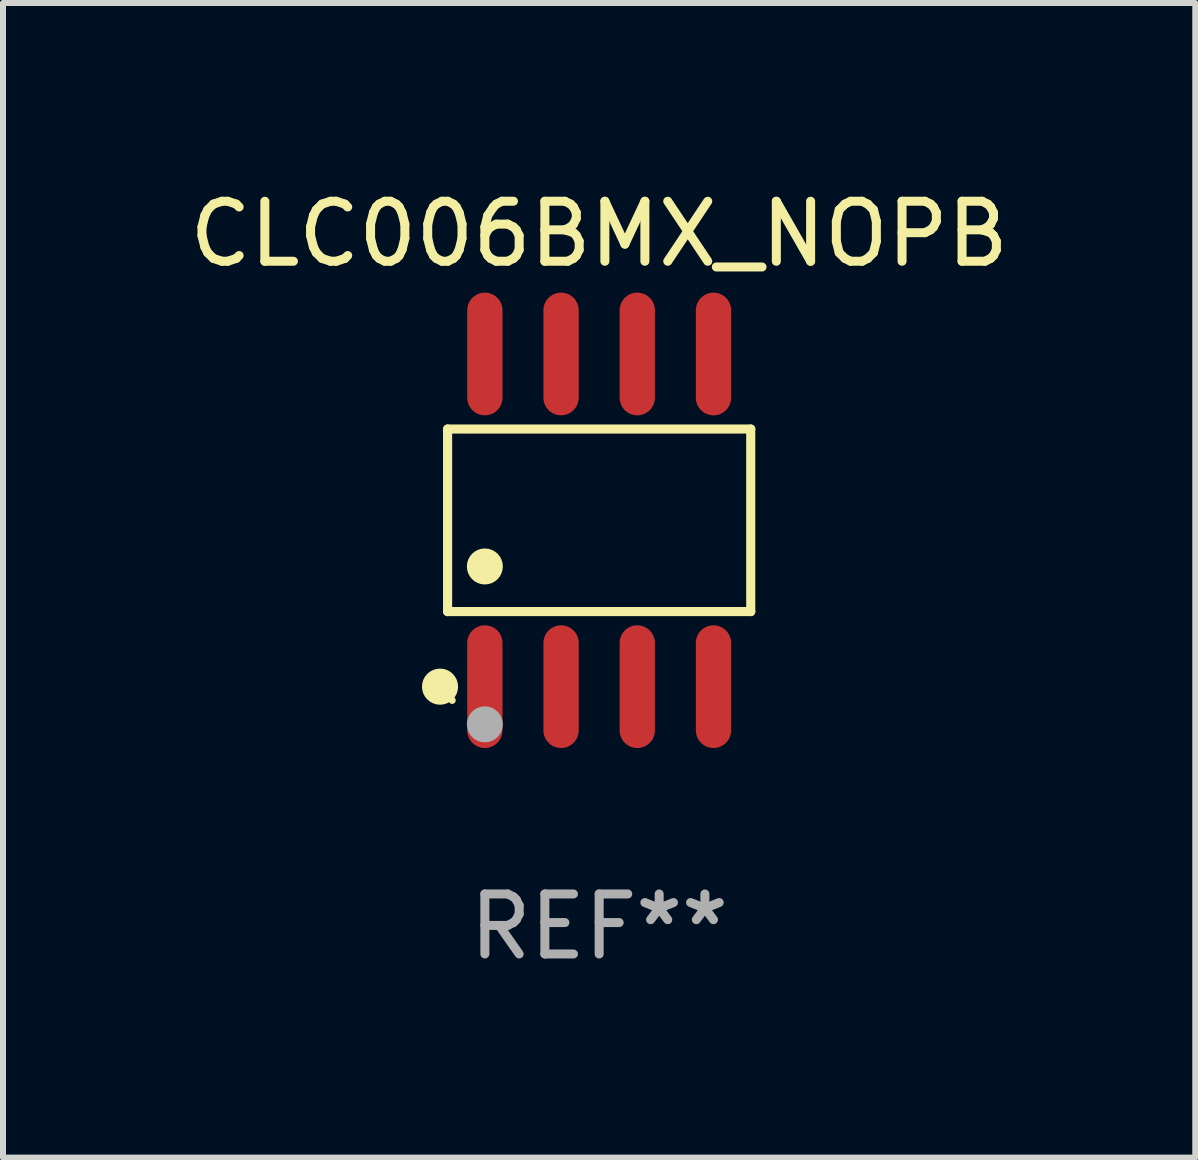
<source format=kicad_pcb>
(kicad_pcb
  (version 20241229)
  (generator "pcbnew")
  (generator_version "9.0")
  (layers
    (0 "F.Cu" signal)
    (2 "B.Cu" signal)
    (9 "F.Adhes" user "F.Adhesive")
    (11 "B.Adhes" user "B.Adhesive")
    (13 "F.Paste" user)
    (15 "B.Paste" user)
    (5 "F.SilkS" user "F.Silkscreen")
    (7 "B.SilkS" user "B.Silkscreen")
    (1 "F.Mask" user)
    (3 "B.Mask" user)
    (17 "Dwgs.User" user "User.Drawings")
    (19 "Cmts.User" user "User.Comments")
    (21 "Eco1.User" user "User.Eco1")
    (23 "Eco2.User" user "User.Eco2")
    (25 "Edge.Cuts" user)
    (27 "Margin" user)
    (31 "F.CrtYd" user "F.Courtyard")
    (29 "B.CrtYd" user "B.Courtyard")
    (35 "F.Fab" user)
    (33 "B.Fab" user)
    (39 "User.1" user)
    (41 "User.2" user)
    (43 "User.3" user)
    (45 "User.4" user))
  (footprint "CLC006BMX_NOPB"
    (layer "F.Cu")
    (at 6.935 5.621)
    (property "Reference" "CLC006BMX_NOPB" (at 0 -4.772 0) (layer "F.SilkS") (effects (font (size 1 1) (thickness 0.15))))
    (attr through_hole)
    (fp_line (start -2.526 -1.521) (end 2.526 -1.521) (stroke (width 0.152) (type solid)) (layer "F.SilkS"))
    (fp_line (start -2.526 1.521) (end -2.526 -1.521) (stroke (width 0.152) (type solid)) (layer "F.SilkS"))
    (fp_line (start 2.526 -1.521) (end 2.526 1.521) (stroke (width 0.152) (type solid)) (layer "F.SilkS"))
    (fp_line (start 2.526 1.521) (end -2.526 1.521) (stroke (width 0.152) (type solid)) (layer "F.SilkS"))
    (fp_circle (center -2.652 2.772) (end -2.501 2.772) (stroke (width 0.3) (type solid)) (fill no) (layer "F.SilkS"))
    (fp_circle (center -2.45 3) (end -2.42 3) (stroke (width 0.06) (type solid)) (fill no) (layer "F.SilkS"))
    (fp_circle (center -1.905 0.769) (end -1.755 0.769) (stroke (width 0.3) (type solid)) (fill no) (layer "F.SilkS"))
    (fp_circle (center -1.905 3.4) (end -1.755 3.4) (stroke (width 0.3) (type solid)) (fill no) (layer "F.Fab"))
    (fp_text user "REF**" (at 0 6.772 0) (layer "F.Fab") (effects (font (size 1 1) (thickness 0.15))))
    (pad "1" smd oval (at -1.905 2.772) (size 0.588 2.045) (layers "F.Cu" "F.Mask" "F.Paste"))
    (pad "2" smd oval (at -0.635 2.772) (size 0.588 2.045) (layers "F.Cu" "F.Mask" "F.Paste"))
    (pad "3" smd oval (at 0.635 2.772) (size 0.588 2.045) (layers "F.Cu" "F.Mask" "F.Paste"))
    (pad "4" smd oval (at 1.905 2.772) (size 0.588 2.045) (layers "F.Cu" "F.Mask" "F.Paste"))
    (pad "5" smd oval (at 1.905 -2.772) (size 0.588 2.045) (layers "F.Cu" "F.Mask" "F.Paste"))
    (pad "6" smd oval (at 0.635 -2.772) (size 0.588 2.045) (layers "F.Cu" "F.Mask" "F.Paste"))
    (pad "7" smd oval (at -0.635 -2.772) (size 0.588 2.045) (layers "F.Cu" "F.Mask" "F.Paste"))
    (pad "8" smd oval (at -1.905 -2.772) (size 0.588 2.045) (layers "F.Cu" "F.Mask" "F.Paste")))
  (gr_rect
    (start -3 -3)
    (end 16.869 16.241)
    (stroke (width 0.1) (type default))
    (fill no)
    (layer "Edge.Cuts")))
</source>
